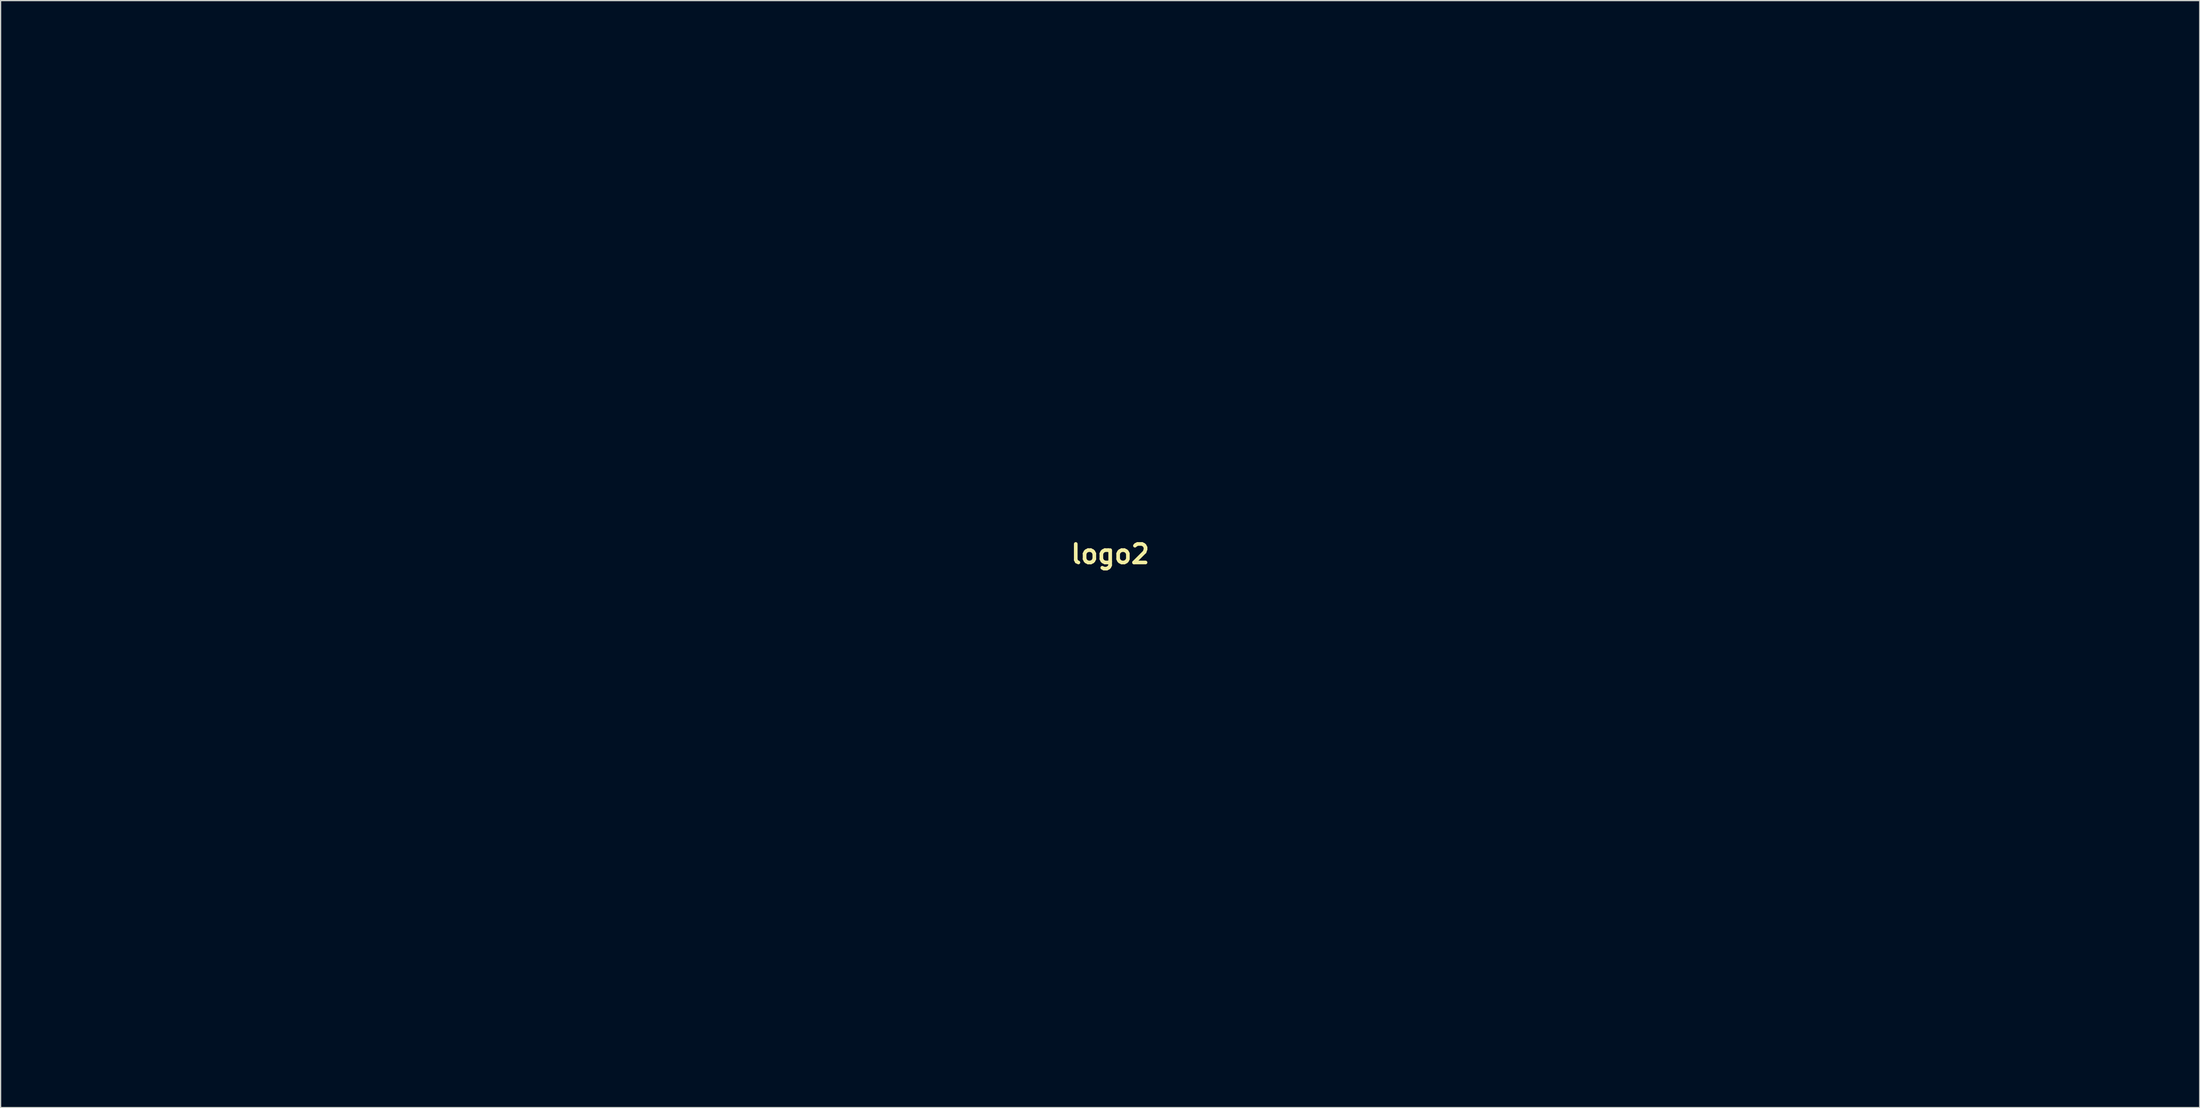
<source format=kicad_pcb>
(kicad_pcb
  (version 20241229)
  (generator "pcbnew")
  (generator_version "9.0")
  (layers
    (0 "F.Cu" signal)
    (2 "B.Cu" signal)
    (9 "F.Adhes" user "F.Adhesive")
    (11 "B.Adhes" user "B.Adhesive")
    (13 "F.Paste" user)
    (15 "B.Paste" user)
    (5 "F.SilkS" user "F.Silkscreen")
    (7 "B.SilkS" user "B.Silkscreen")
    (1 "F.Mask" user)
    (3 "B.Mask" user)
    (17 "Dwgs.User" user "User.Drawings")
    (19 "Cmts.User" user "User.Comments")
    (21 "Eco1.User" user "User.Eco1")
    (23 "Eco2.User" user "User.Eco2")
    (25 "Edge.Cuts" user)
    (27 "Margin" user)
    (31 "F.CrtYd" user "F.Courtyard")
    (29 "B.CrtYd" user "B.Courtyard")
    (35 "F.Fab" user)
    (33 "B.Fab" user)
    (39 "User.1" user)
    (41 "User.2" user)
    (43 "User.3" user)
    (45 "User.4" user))
  (footprint "logo2"
    (layer "F.Cu")
    (at 88.174 42.515)
    (property "Reference" "logo2" (at 0 0 0) (layer "F.SilkS") (effects (font (size 1.524 1.524) (thickness 0.3))))
    (attr through_hole)
    (fp_poly (pts (xy 70.644 42.51) (xy 59.619 42.51) (xy 59.619 -41.099) (xy 70.644 -41.099) (xy 70.644 42.51)) (stroke (width 0.01) (type solid)) (fill no) (layer "Eco2.User"))
    (fp_poly (pts (xy 86.519 42.51) (xy 75.494 42.51) (xy 75.494 -5.733) (xy 86.519 -5.733) (xy 86.519 42.51)) (stroke (width 0.01) (type solid)) (fill no) (layer "Eco2.User"))
    (fp_poly (pts (xy 50.826 15.728) (xy 51.656 15.869) (xy 52.461 16.158) (xy 52.608 16.226) (xy 53.448 16.725) (xy 54.191 17.351) (xy 54.818 18.083) (xy 55.311 18.899) (xy 55.653 19.779) (xy 55.689 19.908) (xy 55.774 20.391) (xy 55.818 20.978) (xy 55.821 21.605) (xy 55.783 22.205) (xy 55.705 22.711) (xy 55.687 22.784) (xy 55.362 23.704) (xy 54.897 24.531) (xy 54.307 25.257) (xy 53.608 25.869) (xy 52.818 26.358) (xy 51.951 26.712) (xy 51.023 26.922) (xy 50.052 26.976) (xy 49.433 26.926) (xy 48.587 26.73) (xy 47.759 26.381) (xy 46.983 25.899) (xy 46.298 25.307) (xy 45.886 24.831) (xy 45.358 23.996) (xy 44.99 23.114) (xy 44.779 22.201) (xy 44.721 21.277) (xy 44.815 20.36) (xy 45.056 19.468) (xy 45.441 18.619) (xy 45.968 17.832) (xy 46.632 17.125) (xy 47.324 16.587) (xy 48.081 16.162) (xy 48.877 15.884) (xy 49.756 15.738) (xy 49.923 15.725) (xy 50.826 15.728)) (stroke (width 0.01) (type solid)) (fill no) (layer "Eco2.User"))
    (fp_poly (pts (xy 81.517 -21.314) (xy 82.347 -21.173) (xy 83.153 -20.884) (xy 83.3 -20.815) (xy 84.14 -20.317) (xy 84.882 -19.691) (xy 85.509 -18.959) (xy 86.003 -18.143) (xy 86.345 -17.263) (xy 86.38 -17.133) (xy 86.465 -16.651) (xy 86.51 -16.064) (xy 86.513 -15.437) (xy 86.475 -14.837) (xy 86.396 -14.331) (xy 86.379 -14.258) (xy 86.054 -13.338) (xy 85.588 -12.51) (xy 84.998 -11.785) (xy 84.3 -11.172) (xy 83.509 -10.684) (xy 82.642 -10.329) (xy 81.715 -10.12) (xy 80.744 -10.066) (xy 80.125 -10.116) (xy 79.279 -10.311) (xy 78.45 -10.661) (xy 77.675 -11.142) (xy 76.99 -11.734) (xy 76.578 -12.21) (xy 76.05 -13.045) (xy 75.681 -13.928) (xy 75.47 -14.841) (xy 75.413 -15.765) (xy 75.507 -16.682) (xy 75.748 -17.574) (xy 76.133 -18.423) (xy 76.659 -19.21) (xy 77.324 -19.917) (xy 78.016 -20.455) (xy 78.772 -20.88) (xy 79.569 -21.158) (xy 80.448 -21.303) (xy 80.615 -21.317) (xy 81.517 -21.314)) (stroke (width 0.01) (type solid)) (fill no) (layer "Eco2.User"))
    (fp_poly (pts (xy 35.34 -5.732) (xy 37.296 -5.732) (xy 39.198 -5.731) (xy 41.039 -5.73) (xy 42.812 -5.729) (xy 44.509 -5.727) (xy 46.123 -5.725) (xy 47.647 -5.723) (xy 49.072 -5.721) (xy 50.393 -5.719) (xy 51.602 -5.716) (xy 52.691 -5.713) (xy 53.653 -5.71) (xy 54.481 -5.707) (xy 55.167 -5.704) (xy 55.705 -5.7) (xy 56.086 -5.697) (xy 56.304 -5.693) (xy 56.356 -5.69) (xy 56.302 -5.617) (xy 56.144 -5.418) (xy 55.892 -5.103) (xy 55.553 -4.683) (xy 55.137 -4.169) (xy 54.652 -3.571) (xy 54.106 -2.899) (xy 53.508 -2.164) (xy 52.867 -1.377) (xy 52.19 -0.548) (xy 52.05 -0.377) (xy 51.541 0.246) (xy 50.929 0.996) (xy 50.223 1.861) (xy 49.43 2.832) (xy 48.559 3.898) (xy 47.619 5.049) (xy 46.618 6.275) (xy 45.565 7.565) (xy 44.468 8.909) (xy 43.335 10.297) (xy 42.175 11.717) (xy 40.997 13.161) (xy 39.808 14.617) (xy 38.618 16.075) (xy 37.434 17.526) (xy 36.693 18.433) (xy 25.643 31.97) (xy 39.765 31.993) (xy 53.887 32.015) (xy 53.887 42.51) (xy 28.826 42.51) (xy 26.335 42.51) (xy 24.015 42.51) (xy 21.859 42.509) (xy 19.862 42.509) (xy 18.017 42.508) (xy 16.318 42.507) (xy 14.76 42.506) (xy 13.337 42.505) (xy 12.042 42.503) (xy 10.869 42.501) (xy 9.813 42.498) (xy 8.868 42.495) (xy 8.028 42.491) (xy 7.286 42.487) (xy 6.636 42.482) (xy 6.073 42.477) (xy 5.591 42.471) (xy 5.184 42.464) (xy 4.845 42.457) (xy 4.57 42.449) (xy 4.35 42.44) (xy 4.182 42.43) (xy 4.059 42.419) (xy 3.974 42.408) (xy 3.922 42.395) (xy 3.897 42.382) (xy 3.892 42.367) (xy 3.9 42.355) (xy 3.966 42.275) (xy 4.14 42.063) (xy 4.415 41.726) (xy 4.789 41.268) (xy 5.256 40.697) (xy 5.811 40.016) (xy 6.45 39.232) (xy 7.169 38.351) (xy 7.964 37.378) (xy 8.828 36.318) (xy 9.758 35.178) (xy 10.75 33.962) (xy 11.798 32.677) (xy 12.899 31.327) (xy 14.047 29.919) (xy 15.238 28.458) (xy 16.468 26.95) (xy 17.732 25.4) (xy 19.025 23.814) (xy 19.314 23.46) (xy 34.593 4.718) (xy 22.456 4.696) (xy 10.319 4.674) (xy 10.319 -5.733) (xy 33.337 -5.733) (xy 35.34 -5.732)) (stroke (width 0.01) (type solid)) (fill no) (layer "Eco2.User"))
    (fp_poly (pts (xy -41.275 42.157) (xy -52.384 42.157) (xy -52.408 40.535) (xy -52.432 38.914) (xy -53.349 39.474) (xy -54.611 40.192) (xy -55.903 40.827) (xy -57.184 41.362) (xy -58.417 41.779) (xy -58.976 41.932) (xy -59.48 42.054) (xy -59.941 42.155) (xy -60.383 42.238) (xy -60.83 42.304) (xy -61.306 42.356) (xy -61.835 42.395) (xy -62.439 42.423) (xy -63.144 42.443) (xy -63.972 42.457) (xy -64.948 42.466) (xy -65.176 42.468) (xy -65.953 42.473) (xy -66.683 42.475) (xy -67.346 42.475) (xy -67.92 42.474) (xy -68.385 42.471) (xy -68.72 42.466) (xy -68.904 42.459) (xy -68.924 42.457) (xy -69.128 42.431) (xy -69.452 42.392) (xy -69.84 42.347) (xy -70.026 42.325) (xy -70.839 42.199) (xy -71.737 42.004) (xy -72.653 41.758) (xy -73.518 41.479) (xy -74.139 41.241) (xy -75.277 40.703) (xy -76.39 40.058) (xy -77.497 39.292) (xy -78.617 38.392) (xy -79.769 37.344) (xy -80.258 36.865) (xy -81.152 35.945) (xy -81.933 35.08) (xy -82.634 34.227) (xy -83.29 33.346) (xy -83.838 32.544) (xy -84.877 30.829) (xy -85.769 29.058) (xy -86.516 27.221) (xy -87.121 25.308) (xy -87.588 23.31) (xy -87.918 21.216) (xy -88.115 19.017) (xy -88.169 17.726) (xy -88.168 17.64) (xy -78.487 17.64) (xy -78.378 19.29) (xy -78.146 20.901) (xy -78.045 21.404) (xy -77.637 22.945) (xy -77.099 24.402) (xy -76.439 25.766) (xy -75.664 27.028) (xy -74.783 28.181) (xy -73.804 29.215) (xy -72.735 30.123) (xy -71.583 30.895) (xy -70.357 31.523) (xy -69.065 31.999) (xy -67.733 32.312) (xy -67.329 32.379) (xy -66.956 32.438) (xy -66.671 32.48) (xy -66.587 32.491) (xy -66.27 32.511) (xy -65.82 32.516) (xy -65.28 32.506) (xy -64.693 32.485) (xy -64.1 32.454) (xy -63.545 32.415) (xy -63.071 32.369) (xy -62.75 32.325) (xy -61.283 31.984) (xy -59.898 31.488) (xy -58.6 30.842) (xy -57.394 30.051) (xy -56.286 29.118) (xy -55.281 28.049) (xy -54.384 26.848) (xy -53.599 25.519) (xy -52.933 24.067) (xy -52.86 23.879) (xy -52.39 22.445) (xy -52.042 20.913) (xy -51.816 19.309) (xy -51.714 17.665) (xy -51.735 16.007) (xy -51.881 14.365) (xy -52.151 12.768) (xy -52.547 11.244) (xy -52.607 11.056) (xy -52.9 10.262) (xy -53.28 9.399) (xy -53.716 8.527) (xy -54.178 7.706) (xy -54.638 6.994) (xy -54.657 6.967) (xy -54.961 6.568) (xy -55.344 6.107) (xy -55.757 5.642) (xy -56.134 5.248) (xy -57.224 4.272) (xy -58.384 3.455) (xy -59.621 2.792) (xy -60.941 2.281) (xy -62.35 1.919) (xy -63.855 1.704) (xy -64.194 1.677) (xy -65.736 1.647) (xy -67.22 1.778) (xy -68.641 2.07) (xy -69.994 2.52) (xy -71.271 3.128) (xy -71.647 3.346) (xy -72.784 4.131) (xy -73.854 5.066) (xy -74.843 6.13) (xy -75.736 7.304) (xy -76.518 8.568) (xy -77.174 9.902) (xy -77.69 11.286) (xy -77.704 11.333) (xy -78.08 12.798) (xy -78.336 14.36) (xy -78.472 15.985) (xy -78.487 17.64) (xy -88.168 17.64) (xy -88.153 15.382) (xy -87.986 13.129) (xy -87.667 10.963) (xy -87.195 8.883) (xy -86.571 6.888) (xy -85.792 4.977) (xy -84.859 3.147) (xy -83.772 1.397) (xy -82.529 -0.275) (xy -81.947 -0.97) (xy -80.784 -2.264) (xy -79.669 -3.402) (xy -78.586 -4.396) (xy -77.519 -5.256) (xy -76.452 -5.99) (xy -75.37 -6.609) (xy -74.256 -7.123) (xy -73.095 -7.541) (xy -71.87 -7.874) (xy -70.567 -8.132) (xy -70.445 -8.152) (xy -69.602 -8.265) (xy -68.639 -8.357) (xy -67.592 -8.427) (xy -66.498 -8.475) (xy -65.392 -8.5) (xy -64.312 -8.5) (xy -63.294 -8.476) (xy -62.374 -8.426) (xy -61.588 -8.35) (xy -61.516 -8.341) (xy -59.878 -8.051) (xy -58.284 -7.625) (xy -56.709 -7.054) (xy -55.133 -6.33) (xy -53.533 -5.445) (xy -53.446 -5.393) (xy -52.432 -4.782) (xy -52.409 -23.646) (xy -52.387 -42.51) (xy -41.275 -42.51) (xy -41.275 42.157)) (stroke (width 0.01) (type solid)) (fill no) (layer "Eco2.User"))
    (fp_poly (pts (xy -13.337 -8.391) (xy -12.036 -8.322) (xy -10.832 -8.201) (xy -9.687 -8.022) (xy -8.565 -7.779) (xy -7.427 -7.467) (xy -6.659 -7.223) (xy -4.931 -6.565) (xy -3.307 -5.769) (xy -1.778 -4.828) (xy -0.33 -3.736) (xy 1.048 -2.485) (xy 1.106 -2.426) (xy 2.379 -1.036) (xy 3.518 0.464) (xy 4.525 2.076) (xy 5.401 3.802) (xy 6.147 5.645) (xy 6.764 7.606) (xy 7.178 9.32) (xy 7.412 10.583) (xy 7.606 11.959) (xy 7.758 13.399) (xy 7.865 14.858) (xy 7.922 16.288) (xy 7.927 17.644) (xy 7.88 18.807) (xy 7.823 19.667) (xy -26.217 19.667) (xy -26.153 20.39) (xy -25.938 21.939) (xy -25.569 23.46) (xy -25.055 24.927) (xy -24.406 26.313) (xy -23.74 27.428) (xy -23.405 27.884) (xy -22.973 28.397) (xy -22.479 28.933) (xy -21.957 29.457) (xy -21.443 29.933) (xy -20.971 30.327) (xy -20.671 30.544) (xy -19.523 31.213) (xy -18.34 31.734) (xy -17.101 32.113) (xy -15.785 32.357) (xy -14.372 32.471) (xy -13.758 32.482) (xy -12.357 32.429) (xy -11.078 32.266) (xy -9.905 31.985) (xy -8.817 31.579) (xy -7.795 31.042) (xy -6.821 30.365) (xy -5.906 29.572) (xy -5.176 28.837) (xy -4.444 28.019) (xy -3.697 27.098) (xy -2.918 26.056) (xy -2.094 24.876) (xy -1.805 24.445) (xy -1.536 24.049) (xy -1.298 23.712) (xy -1.108 23.457) (xy -0.985 23.31) (xy -0.951 23.283) (xy -0.867 23.325) (xy -0.646 23.444) (xy -0.304 23.632) (xy 0.143 23.879) (xy 0.678 24.175) (xy 1.285 24.513) (xy 1.948 24.882) (xy 2.649 25.274) (xy 3.374 25.679) (xy 4.105 26.088) (xy 4.826 26.493) (xy 5.521 26.883) (xy 6.173 27.25) (xy 6.767 27.585) (xy 7.285 27.878) (xy 7.711 28.121) (xy 8.03 28.303) (xy 8.224 28.417) (xy 8.277 28.45) (xy 8.257 28.542) (xy 8.147 28.757) (xy 7.963 29.075) (xy 7.716 29.475) (xy 7.42 29.938) (xy 7.09 30.443) (xy 6.737 30.969) (xy 6.376 31.497) (xy 6.02 32.005) (xy 5.682 32.474) (xy 5.376 32.883) (xy 5.306 32.974) (xy 3.934 34.625) (xy 2.521 36.106) (xy 1.061 37.422) (xy -0.452 38.576) (xy -2.025 39.573) (xy -3.665 40.417) (xy -5.377 41.111) (xy -7.169 41.659) (xy -9.046 42.065) (xy -9.837 42.191) (xy -10.723 42.3) (xy -11.693 42.387) (xy -12.703 42.45) (xy -13.707 42.488) (xy -14.659 42.499) (xy -15.514 42.481) (xy -16.007 42.452) (xy -17.679 42.285) (xy -19.212 42.06) (xy -20.637 41.769) (xy -21.984 41.403) (xy -23.285 40.957) (xy -24.569 40.421) (xy -24.915 40.261) (xy -26.548 39.395) (xy -28.101 38.378) (xy -29.565 37.219) (xy -30.932 35.929) (xy -32.191 34.518) (xy -33.335 32.997) (xy -34.354 31.376) (xy -35.238 29.664) (xy -35.98 27.872) (xy -36.013 27.781) (xy -36.528 26.215) (xy -36.944 24.648) (xy -37.266 23.048) (xy -37.5 21.381) (xy -37.651 19.616) (xy -37.72 17.948) (xy -37.709 15.546) (xy -37.561 13.253) (xy -37.276 11.065) (xy -37.16 10.495) (xy -25.492 10.495) (xy -3.452 10.495) (xy -3.614 9.944) (xy -4.068 8.596) (xy -4.596 7.394) (xy -5.209 6.315) (xy -5.92 5.341) (xy -6.651 4.537) (xy -7.521 3.759) (xy -8.44 3.117) (xy -9.43 2.6) (xy -10.517 2.196) (xy -11.725 1.893) (xy -12.258 1.795) (xy -12.876 1.72) (xy -13.599 1.673) (xy -14.375 1.656) (xy -15.147 1.668) (xy -15.862 1.709) (xy -16.465 1.78) (xy -16.536 1.792) (xy -17.889 2.119) (xy -19.166 2.602) (xy -20.359 3.236) (xy -21.462 4.016) (xy -22.467 4.936) (xy -23.366 5.99) (xy -24.151 7.173) (xy -24.541 7.893) (xy -24.726 8.294) (xy -24.928 8.781) (xy -25.125 9.298) (xy -25.295 9.785) (xy -25.416 10.184) (xy -25.433 10.253) (xy -25.492 10.495) (xy -37.16 10.495) (xy -36.851 8.977) (xy -36.287 6.985) (xy -35.583 5.087) (xy -34.737 3.277) (xy -34.266 2.414) (xy -33.206 0.728) (xy -32.032 -0.826) (xy -30.749 -2.245) (xy -29.362 -3.526) (xy -27.874 -4.665) (xy -26.29 -5.66) (xy -24.614 -6.508) (xy -22.852 -7.204) (xy -21.007 -7.745) (xy -20.183 -7.931) (xy -19.417 -8.08) (xy -18.714 -8.197) (xy -18.032 -8.284) (xy -17.333 -8.346) (xy -16.576 -8.385) (xy -15.722 -8.406) (xy -14.773 -8.412) (xy -13.337 -8.391)) (stroke (width 0.01) (type solid)) (fill no) (layer "Eco2.User")))
  (gr_rect
    (start -3 -3)
    (end 177.697 88.029)
    (stroke (width 0.1) (type default))
    (fill no)
    (layer "Edge.Cuts")))
</source>
